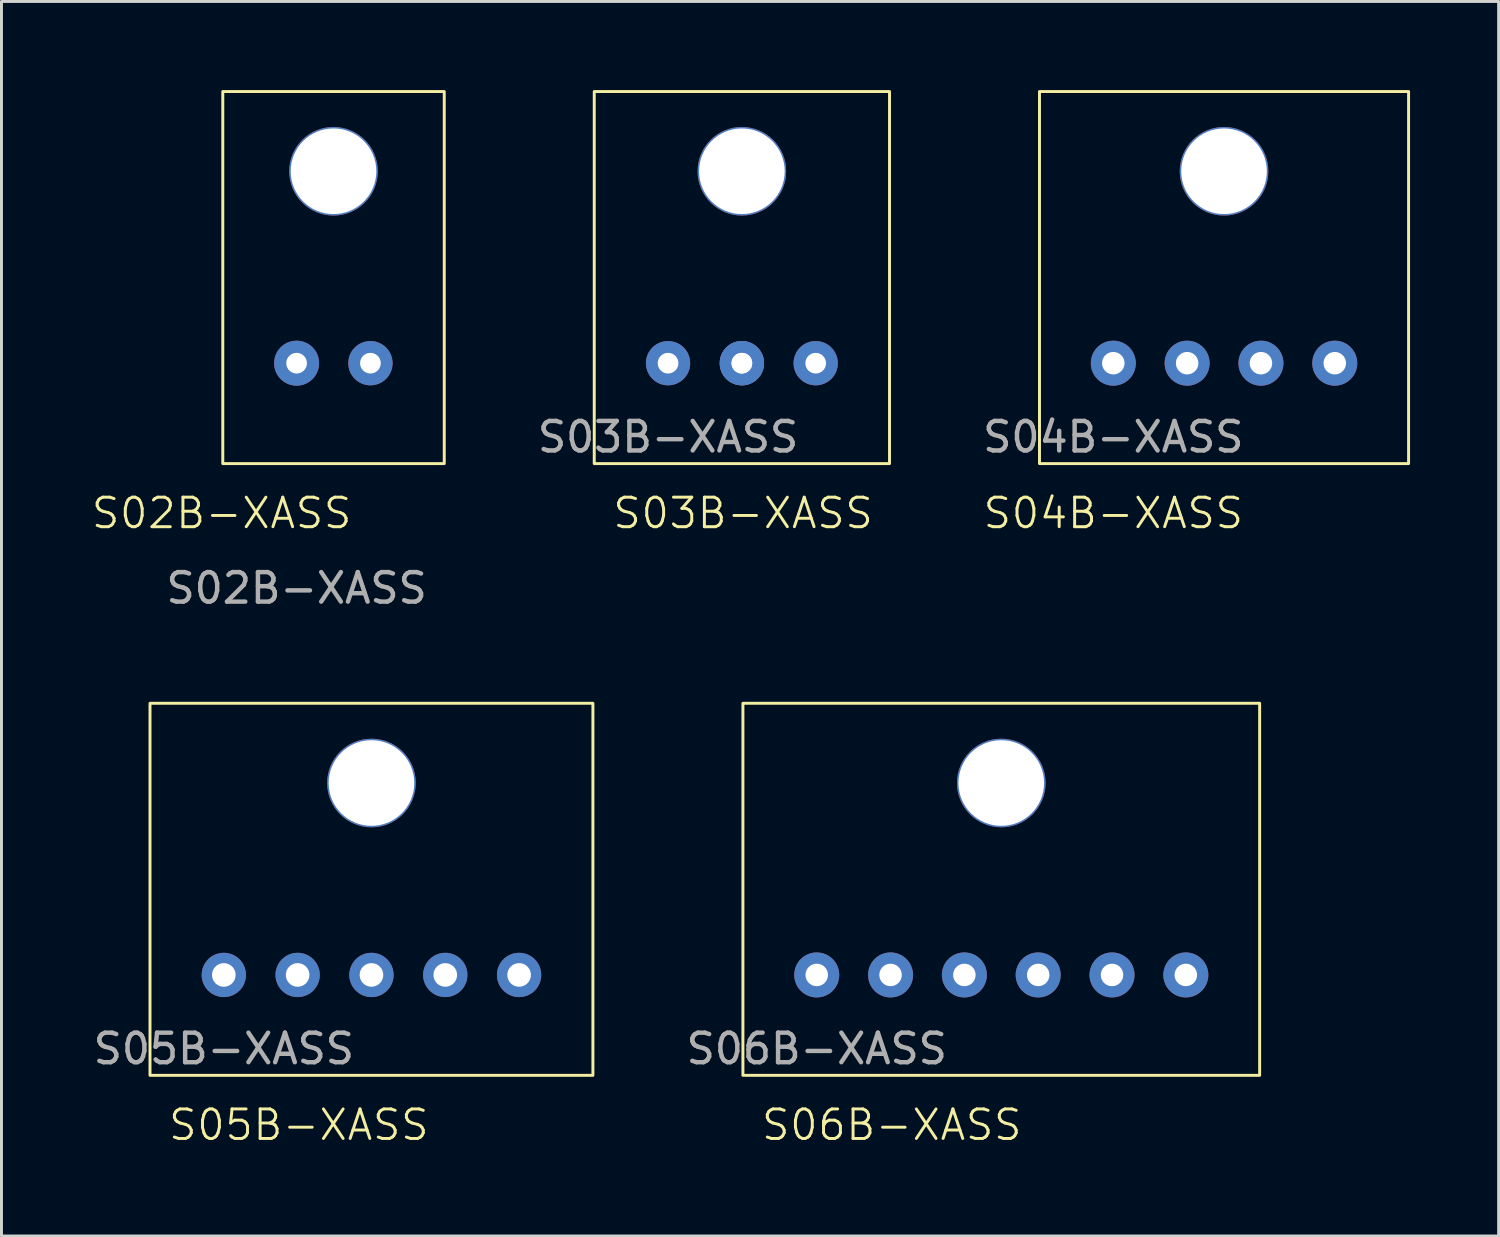
<source format=kicad_pcb>
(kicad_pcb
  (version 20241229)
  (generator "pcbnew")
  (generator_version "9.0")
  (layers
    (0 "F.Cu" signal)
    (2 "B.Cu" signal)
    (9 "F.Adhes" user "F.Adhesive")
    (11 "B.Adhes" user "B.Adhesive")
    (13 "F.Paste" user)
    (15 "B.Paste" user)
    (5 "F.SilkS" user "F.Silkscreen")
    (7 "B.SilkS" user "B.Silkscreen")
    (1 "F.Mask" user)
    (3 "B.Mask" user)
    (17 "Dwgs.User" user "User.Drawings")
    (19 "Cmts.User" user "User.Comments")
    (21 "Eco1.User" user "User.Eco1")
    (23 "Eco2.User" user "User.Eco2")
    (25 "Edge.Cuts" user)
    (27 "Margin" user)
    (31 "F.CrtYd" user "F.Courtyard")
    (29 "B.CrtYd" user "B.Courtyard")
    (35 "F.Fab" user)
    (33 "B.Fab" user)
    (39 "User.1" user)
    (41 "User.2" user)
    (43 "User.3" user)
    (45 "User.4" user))
  (footprint "S06B-XASS"
    (layer "F.Cu")
    (at 24.61 29.968)
    (property "Reference" "S06B-XASS" (at 2.54 5.08 0) (unlocked yes) (layer "F.SilkS") (effects (font (size 1 1) (thickness 0.1))))
    (attr through_hole)
    (fp_rect (start -2.5 -9.2) (end 15 3.4) (stroke (width 0.1) (type default)) (fill no) (layer "F.SilkS"))
    (fp_text user "${REFERENCE}" (at 0 2.5 0) (unlocked yes) (layer "F.Fab") (effects (font (size 1 1) (thickness 0.15))))
    (pad "" thru_hole circle (at 6.25 -6.5) (size 3 3) (drill 2.9) (layers "*.Cu" "*.Mask"))
    (pad "1" thru_hole circle (at 0 0) (size 1.524 1.524) (drill 0.762) (layers "*.Cu" "*.Mask"))
    (pad "2" thru_hole circle (at 2.5 0) (size 1.524 1.524) (drill 0.762) (layers "*.Cu" "*.Mask"))
    (pad "3" thru_hole circle (at 5 0) (size 1.524 1.524) (drill 0.762) (layers "*.Cu" "*.Mask"))
    (pad "4" thru_hole circle (at 7.5 0) (size 1.524 1.524) (drill 0.762) (layers "*.Cu" "*.Mask"))
    (pad "5" thru_hole circle (at 10 0) (size 1.524 1.524) (drill 0.762) (layers "*.Cu" "*.Mask"))
    (pad "6" thru_hole circle (at 12.5 0) (size 1.524 1.524) (drill 0.762) (layers "*.Cu" "*.Mask")))
  (footprint "S05B-XASS"
    (layer "F.Cu")
    (at 4.53 29.968)
    (property "Reference" "S05B-XASS" (at 2.54 5.08 0) (unlocked yes) (layer "F.SilkS") (effects (font (size 1 1) (thickness 0.1))))
    (attr through_hole)
    (fp_rect (start -2.5 -9.2) (end 12.5 3.4) (stroke (width 0.1) (type default)) (fill no) (layer "F.SilkS"))
    (fp_text user "${REFERENCE}" (at 0 2.5 0) (unlocked yes) (layer "F.Fab") (effects (font (size 1 1) (thickness 0.15))))
    (pad "" thru_hole circle (at 5 -6.5) (size 3 3) (drill 2.9) (layers "*.Cu" "*.Mask"))
    (pad "1" thru_hole circle (at 0 0) (size 1.5 1.5) (drill 0.8) (layers "*.Cu" "*.Mask"))
    (pad "2" thru_hole circle (at 2.5 0) (size 1.5 1.5) (drill 0.8) (layers "*.Cu" "*.Mask"))
    (pad "3" thru_hole circle (at 5 0) (size 1.5 1.5) (drill 0.8) (layers "*.Cu" "*.Mask"))
    (pad "4" thru_hole circle (at 7.5 0) (size 1.5 1.5) (drill 0.8) (layers "*.Cu" "*.Mask"))
    (pad "5" thru_hole circle (at 10 0) (size 1.5 1.5) (drill 0.8) (layers "*.Cu" "*.Mask")))
  (footprint "S02B-XASS"
    (layer "F.Cu")
    (at 6.995 9.25)
    (property "Reference" "S02B-XASS" (at -2.54 5.08 0) (unlocked yes) (layer "F.SilkS") (effects (font (size 1 1) (thickness 0.1))))
    (attr through_hole)
    (fp_rect (start -2.5 3.4) (end 5 -9.2) (stroke (width 0.1) (type default)) (fill no) (layer "F.SilkS"))
    (fp_text user "${REFERENCE}" (at 0 7.62 0) (unlocked yes) (layer "F.Fab") (effects (font (size 1 1) (thickness 0.15))))
    (pad "" thru_hole circle (at 1.25 -6.5) (size 3 3) (drill 2.9) (layers "*.Cu" "*.Mask"))
    (pad "1" thru_hole circle (at 0 0) (size 1.524 1.524) (drill 0.7) (layers "*.Cu" "*.Mask"))
    (pad "2" thru_hole circle (at 2.5 0) (size 1.5 1.5) (drill 0.7) (layers "*.Cu" "*.Mask")))
  (footprint "S04B-XASS"
    (layer "F.Cu")
    (at 34.654 9.25)
    (property "Reference" "S04B-XASS" (at 0 5.08 0) (unlocked yes) (layer "F.SilkS") (effects (font (size 1 1) (thickness 0.1))))
    (attr through_hole)
    (fp_rect (start -2.5 3.4) (end 10 -9.2) (stroke (width 0.1) (type default)) (fill no) (layer "F.SilkS"))
    (fp_text user "${REFERENCE}" (at 0 2.5 0) (unlocked yes) (layer "F.Fab") (effects (font (size 1 1) (thickness 0.15))))
    (pad "" thru_hole circle (at 3.75 -6.5) (size 3 3) (drill 2.9) (layers "*.Cu" "*.Mask"))
    (pad "1" thru_hole circle (at 0 0) (size 1.524 1.524) (drill 0.762) (layers "*.Cu" "*.Mask"))
    (pad "2" thru_hole circle (at 2.5 0) (size 1.524 1.524) (drill 0.762) (layers "*.Cu" "*.Mask"))
    (pad "3" thru_hole circle (at 5 0) (size 1.524 1.524) (drill 0.762) (layers "*.Cu" "*.Mask"))
    (pad "4" thru_hole circle (at 7.5 0) (size 1.524 1.524) (drill 0.762) (layers "*.Cu" "*.Mask")))
  (footprint "S03B-XASS"
    (layer "F.Cu")
    (at 19.575 9.25)
    (property "Reference" "S03B-XASS" (at 2.54 5.08 0) (unlocked yes) (layer "F.SilkS") (effects (font (size 1 1) (thickness 0.1))))
    (attr through_hole)
    (fp_rect (start -2.5 -9.2) (end 7.5 3.4) (stroke (width 0.1) (type default)) (fill no) (layer "F.SilkS"))
    (fp_text user "${REFERENCE}" (at 0 2.5 0) (unlocked yes) (layer "F.Fab") (effects (font (size 1 1) (thickness 0.15))))
    (pad "" thru_hole circle (at 2.5 -6.5) (size 3 3) (drill 2.9) (layers "*.Cu" "*.Mask"))
    (pad "1" thru_hole circle (at 0 0) (size 1.5 1.5) (drill 0.7) (layers "*.Cu" "*.Mask"))
    (pad "2" thru_hole circle (at 2.5 0) (size 1.5 1.5) (drill 0.7) (layers "*.Cu" "*.Mask"))
    (pad "2" thru_hole circle (at 2.5 0) (size 1.5 1.5) (drill 0.7) (layers "*.Cu" "*.Mask"))
    (pad "3" thru_hole circle (at 5 0) (size 1.5 1.5) (drill 0.7) (layers "*.Cu" "*.Mask")))
  (gr_rect
    (start -3 -3)
    (end 47.704 38.809)
    (stroke (width 0.1) (type default))
    (fill no)
    (layer "Edge.Cuts")))
</source>
